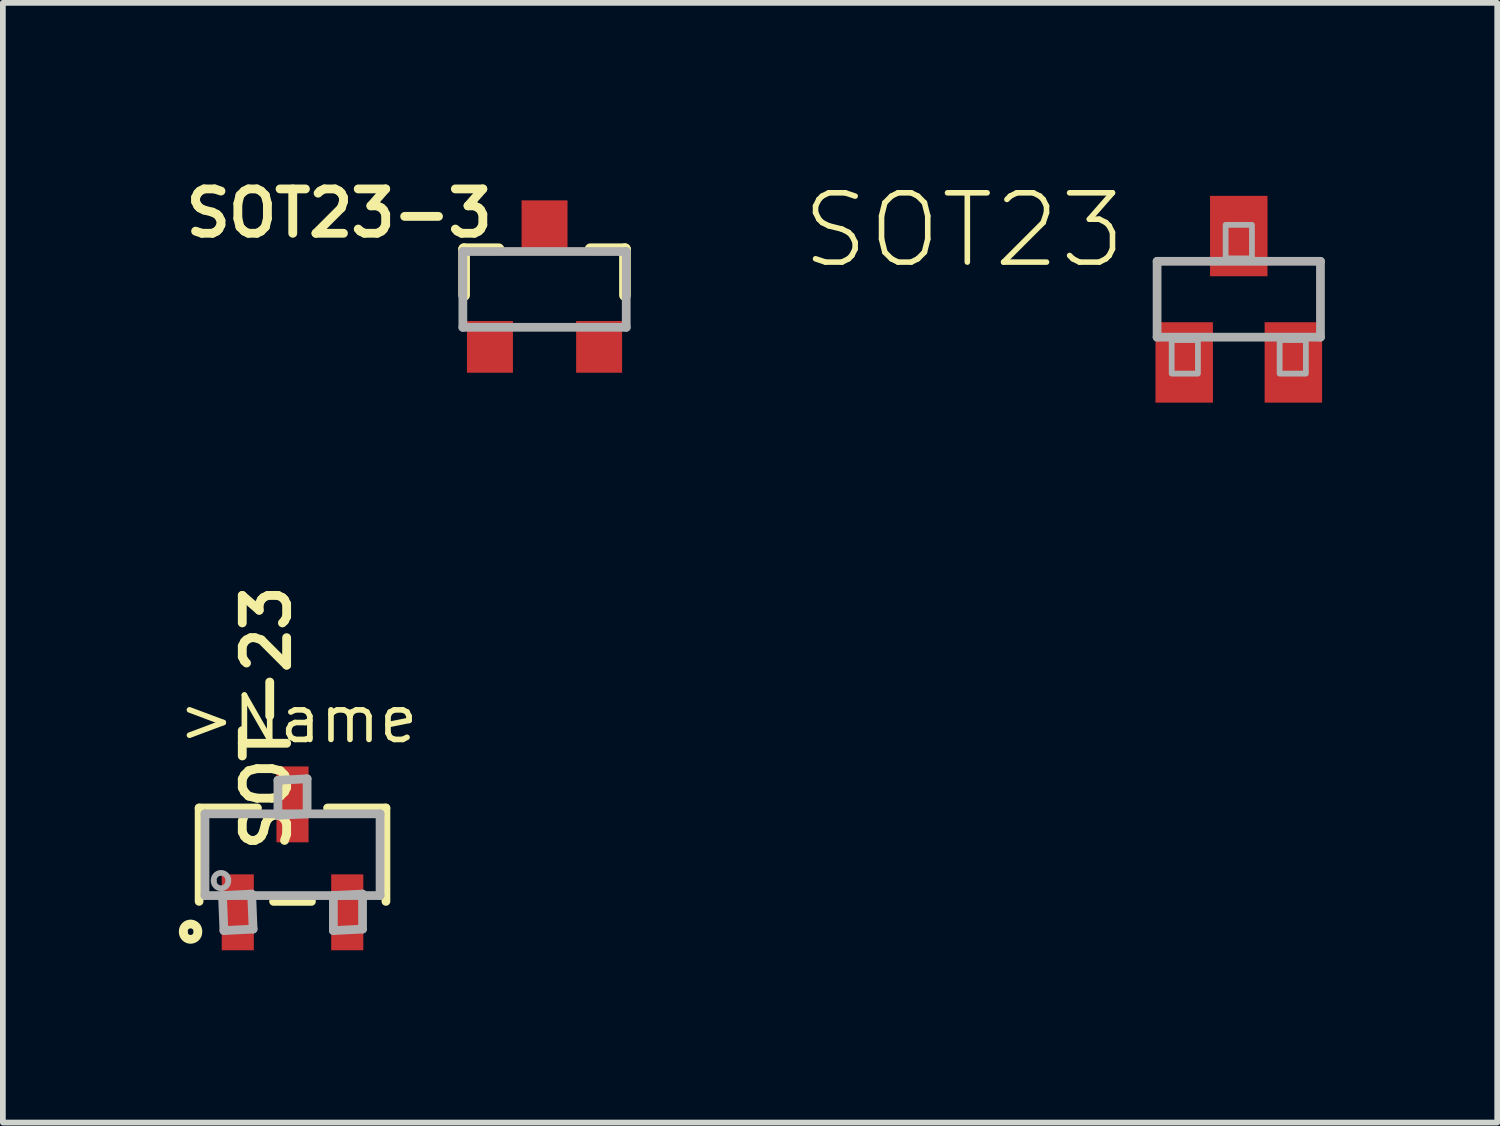
<source format=kicad_pcb>
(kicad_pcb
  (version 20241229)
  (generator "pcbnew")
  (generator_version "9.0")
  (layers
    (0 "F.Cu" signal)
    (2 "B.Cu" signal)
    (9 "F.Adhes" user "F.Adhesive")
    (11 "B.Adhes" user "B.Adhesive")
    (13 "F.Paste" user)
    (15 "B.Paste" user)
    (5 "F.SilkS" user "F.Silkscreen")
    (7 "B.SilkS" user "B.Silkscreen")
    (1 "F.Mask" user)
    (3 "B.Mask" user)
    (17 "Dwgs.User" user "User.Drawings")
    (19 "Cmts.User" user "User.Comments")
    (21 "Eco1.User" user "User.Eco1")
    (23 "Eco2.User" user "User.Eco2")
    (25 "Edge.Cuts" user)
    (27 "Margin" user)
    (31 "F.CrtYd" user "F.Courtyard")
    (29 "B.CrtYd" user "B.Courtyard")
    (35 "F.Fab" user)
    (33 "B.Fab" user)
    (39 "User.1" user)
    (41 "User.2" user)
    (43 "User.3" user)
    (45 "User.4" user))
  (footprint "SOT-23"
    (layer "F.Cu")
    (at 2.042 11.828)
    (property "Reference" "SOT-23" (at 0 0 90) (layer "F.SilkS") (effects (font (size 0.772 0.772) (thickness 0.154)) (justify left bottom)))
    (attr through_hole)
    (fp_line (start -1.626 -0.813) (end -1.626 0.813) (stroke (width 0.152) (type solid)) (layer "F.SilkS"))
    (fp_line (start -0.61 -0.813) (end -1.626 -0.813) (stroke (width 0.152) (type solid)) (layer "F.SilkS"))
    (fp_line (start -0.33 0.813) (end 0.33 0.813) (stroke (width 0.152) (type solid)) (layer "F.SilkS"))
    (fp_line (start 1.626 -0.813) (end 0.61 -0.813) (stroke (width 0.152) (type solid)) (layer "F.SilkS"))
    (fp_line (start 1.626 0.813) (end 1.626 -0.813) (stroke (width 0.152) (type solid)) (layer "F.SilkS"))
    (fp_arc (start -1.901593 1.346803) (mid -1.787293 1.207103) (end -1.647593 1.321403) (stroke (width 0.1524) (type solid)) (layer "F.SilkS"))
    (fp_arc (start -1.647593 1.346803) (mid -1.774593 1.473803) (end -1.901593 1.346803) (stroke (width 0.1524) (type solid)) (layer "F.SilkS"))
    (fp_line (start -1.524 -0.711) (end -1.524 0.711) (stroke (width 0.152) (type solid)) (layer "F.Fab"))
    (fp_line (start -1.524 0.711) (end 1.524 0.711) (stroke (width 0.152) (type solid)) (layer "F.Fab"))
    (fp_line (start -1.219 0.711) (end -1.194 1.321) (stroke (width 0.152) (type solid)) (layer "F.Fab"))
    (fp_line (start -1.194 1.321) (end -0.686 1.295) (stroke (width 0.152) (type solid)) (layer "F.Fab"))
    (fp_line (start -0.711 0.686) (end -1.219 0.711) (stroke (width 0.152) (type solid)) (layer "F.Fab"))
    (fp_line (start -0.686 1.295) (end -0.711 0.686) (stroke (width 0.152) (type solid)) (layer "F.Fab"))
    (fp_line (start -0.254 -1.295) (end -0.254 -0.686) (stroke (width 0.152) (type solid)) (layer "F.Fab"))
    (fp_line (start -0.254 -0.686) (end 0.254 -0.711) (stroke (width 0.152) (type solid)) (layer "F.Fab"))
    (fp_line (start 0.254 -1.321) (end -0.254 -1.295) (stroke (width 0.152) (type solid)) (layer "F.Fab"))
    (fp_line (start 0.254 -0.711) (end 0.254 -1.321) (stroke (width 0.152) (type solid)) (layer "F.Fab"))
    (fp_line (start 0.711 0.711) (end 0.711 1.321) (stroke (width 0.152) (type solid)) (layer "F.Fab"))
    (fp_line (start 0.711 1.321) (end 1.219 1.295) (stroke (width 0.152) (type solid)) (layer "F.Fab"))
    (fp_line (start 1.219 0.686) (end 0.711 0.711) (stroke (width 0.152) (type solid)) (layer "F.Fab"))
    (fp_line (start 1.219 1.295) (end 1.219 0.686) (stroke (width 0.152) (type solid)) (layer "F.Fab"))
    (fp_line (start 1.524 -0.711) (end -1.524 -0.711) (stroke (width 0.152) (type solid)) (layer "F.Fab"))
    (fp_line (start 1.524 0.711) (end 1.524 -0.711) (stroke (width 0.152) (type solid)) (layer "F.Fab"))
    (fp_arc (start -1.3716 0.4572) (mid -1.2573 0.3175) (end -1.1176 0.4318) (stroke (width 0.1) (type solid)) (layer "F.Fab"))
    (fp_arc (start -1.1176 0.4572) (mid -1.2446 0.5842) (end -1.3716 0.4572) (stroke (width 0.1) (type solid)) (layer "F.Fab"))
    (fp_text user ">Name" (at -2.042 -1.907 0) (layer "F.SilkS") (effects (font (size 0.772 0.772) (thickness 0.098)) (justify left bottom)))
    (pad "1" smd rect (at -0.953 1.003) (size 0.559 1.321) (layers "F.Cu" "F.Mask" "F.Paste"))
    (pad "2" smd rect (at 0.953 1.003) (size 0.559 1.321) (layers "F.Cu" "F.Mask" "F.Paste"))
    (pad "3" smd rect (at 0 -0.876) (size 0.559 1.321) (layers "F.Cu" "F.Mask" "F.Paste")))
  (footprint "SOT23"
    (layer "F.Cu")
    (at 18.514 2.159)
    (property "Reference" "SOT23" (at -1.905 -1.905 180) (layer "F.SilkS") (effects (font (size 1.206 1.206) (thickness 0.097)) (justify right top)))
    (attr through_hole)
    (fp_line (start -1.422 -0.66) (end 1.422 -0.66) (stroke (width 0.152) (type solid)) (layer "F.Fab"))
    (fp_line (start -1.422 0.66) (end -1.422 -0.66) (stroke (width 0.152) (type solid)) (layer "F.Fab"))
    (fp_line (start 1.422 -0.66) (end 1.422 0.66) (stroke (width 0.152) (type solid)) (layer "F.Fab"))
    (fp_line (start 1.422 0.66) (end -1.422 0.66) (stroke (width 0.152) (type solid)) (layer "F.Fab"))
    (fp_poly (pts (xy -1.168 1.295) (xy -0.711 1.295) (xy -0.711 0.711) (xy -1.168 0.711)) (stroke (width 0.1) (type solid)) (fill no) (layer "F.Fab"))
    (fp_poly (pts (xy -0.229 -0.711) (xy 0.229 -0.711) (xy 0.229 -1.295) (xy -0.229 -1.295)) (stroke (width 0.1) (type solid)) (fill no) (layer "F.Fab"))
    (fp_poly (pts (xy 0.711 1.295) (xy 1.168 1.295) (xy 1.168 0.711) (xy 0.711 0.711)) (stroke (width 0.1) (type solid)) (fill no) (layer "F.Fab"))
    (pad "1" smd rect (at -0.95 1.1) (size 1 1.4) (layers "F.Cu" "F.Mask" "F.Paste"))
    (pad "2" smd rect (at 0.95 1.1) (size 1 1.4) (layers "F.Cu" "F.Mask" "F.Paste"))
    (pad "3" smd rect (at 0 -1.1) (size 1 1.4) (layers "F.Cu" "F.Mask" "F.Paste")))
  (footprint "SOT23-3"
    (layer "F.Cu")
    (at 6.429 1.988)
    (property "Reference" "SOT23-3" (at -0.826 -1.778 180) (layer "F.SilkS") (effects (font (size 0.772 0.772) (thickness 0.154)) (justify right top)))
    (attr through_hole)
    (fp_line (start -1.4 -0.7) (end -1.4 0.1) (stroke (width 0.203) (type solid)) (layer "F.SilkS"))
    (fp_line (start -0.8 -0.7) (end -1.4 -0.7) (stroke (width 0.203) (type solid)) (layer "F.SilkS"))
    (fp_line (start 0.8 -0.7) (end 1.4 -0.7) (stroke (width 0.203) (type solid)) (layer "F.SilkS"))
    (fp_line (start 1.4 -0.7) (end 1.4 0.1) (stroke (width 0.203) (type solid)) (layer "F.SilkS"))
    (fp_line (start -1.422 -0.66) (end 1.422 -0.66) (stroke (width 0.152) (type solid)) (layer "F.Fab"))
    (fp_line (start -1.422 0.66) (end -1.422 -0.66) (stroke (width 0.152) (type solid)) (layer "F.Fab"))
    (fp_line (start 1.422 -0.66) (end 1.422 0.66) (stroke (width 0.152) (type solid)) (layer "F.Fab"))
    (fp_line (start 1.422 0.66) (end -1.422 0.66) (stroke (width 0.152) (type solid)) (layer "F.Fab"))
    (pad "1" smd rect (at -0.95 1) (size 0.8 0.9) (layers "F.Cu" "F.Mask" "F.Paste"))
    (pad "2" smd rect (at 0.95 1) (size 0.8 0.9) (layers "F.Cu" "F.Mask" "F.Paste"))
    (pad "3" smd rect (at 0 -1.1) (size 0.8 0.9) (layers "F.Cu" "F.Mask" "F.Paste")))
  (gr_rect
    (start -3 -3)
    (end 23.013 16.491)
    (stroke (width 0.1) (type default))
    (fill no)
    (layer "Edge.Cuts")))
</source>
